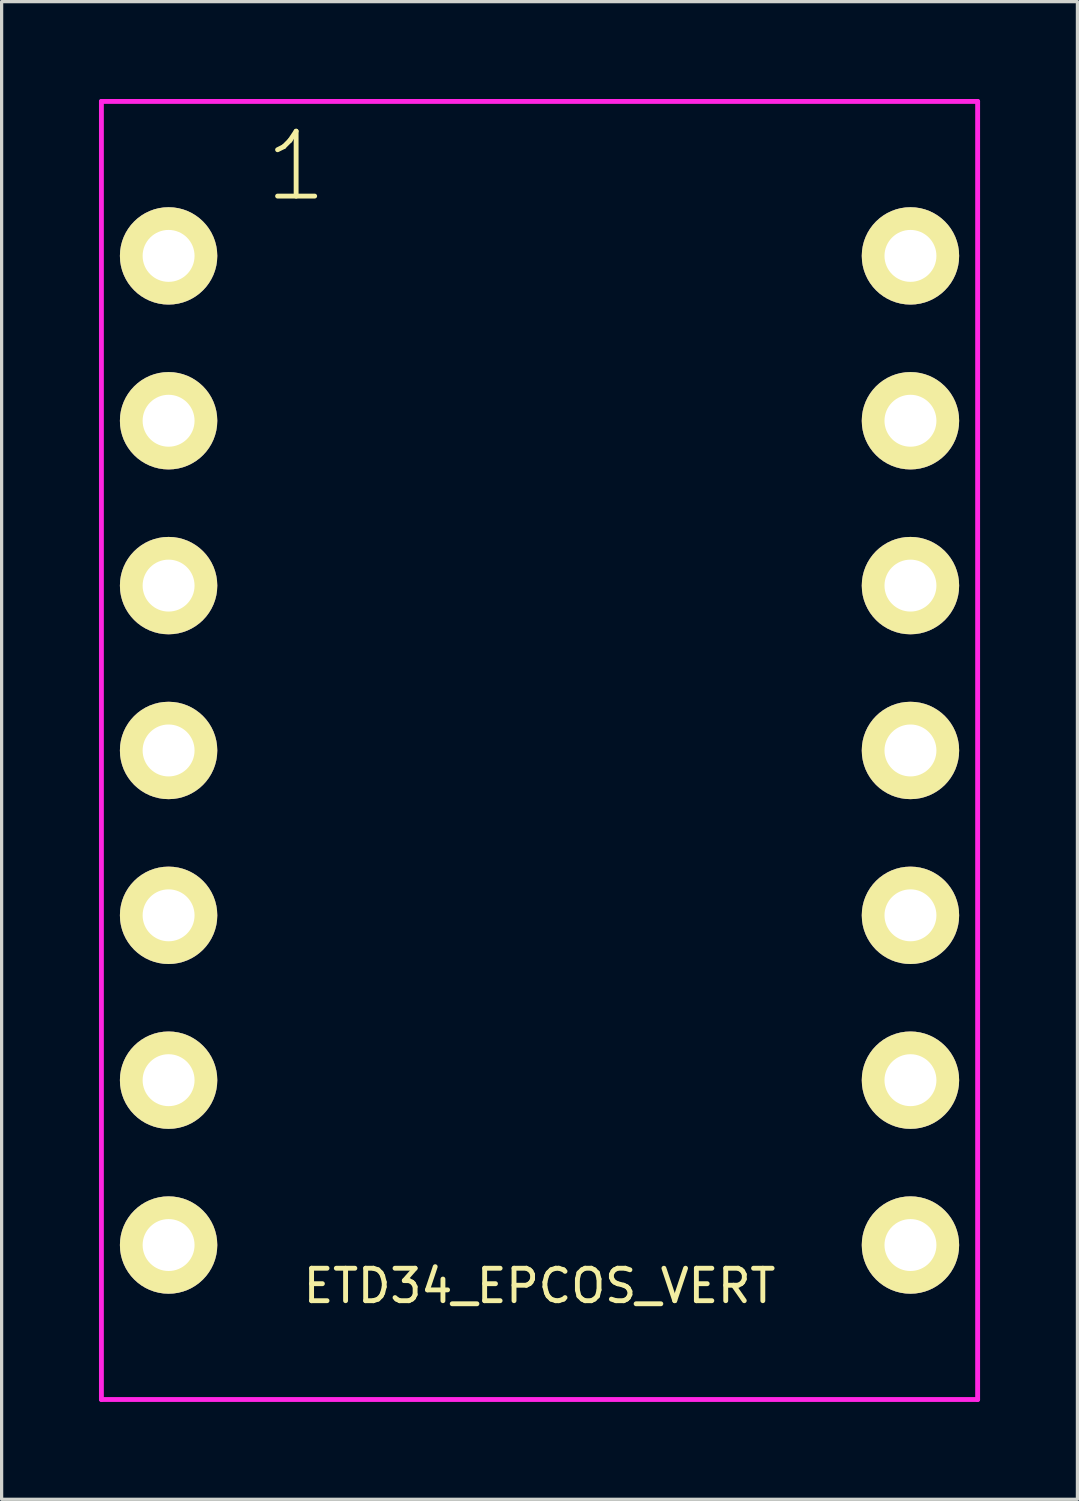
<source format=kicad_pcb>
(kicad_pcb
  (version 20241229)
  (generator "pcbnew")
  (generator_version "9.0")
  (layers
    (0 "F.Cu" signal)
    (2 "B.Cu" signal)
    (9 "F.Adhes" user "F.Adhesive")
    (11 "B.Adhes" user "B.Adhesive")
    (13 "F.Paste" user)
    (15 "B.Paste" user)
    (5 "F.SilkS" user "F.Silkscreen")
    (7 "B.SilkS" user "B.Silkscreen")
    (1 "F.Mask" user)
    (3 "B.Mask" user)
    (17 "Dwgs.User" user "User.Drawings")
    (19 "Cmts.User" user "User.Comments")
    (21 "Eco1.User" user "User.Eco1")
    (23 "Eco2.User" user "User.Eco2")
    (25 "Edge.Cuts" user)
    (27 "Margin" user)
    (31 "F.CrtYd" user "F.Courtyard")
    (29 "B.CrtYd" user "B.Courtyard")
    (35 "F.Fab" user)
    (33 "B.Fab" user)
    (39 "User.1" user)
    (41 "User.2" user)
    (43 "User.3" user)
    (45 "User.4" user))
  (footprint "ETD34_EPCOS_VERT"
    (layer "F.Cu")
    (at 13.575 20.075)
    (property "Reference" "ETD34_EPCOS_VERT" (at 0 16.5 0) (layer "F.SilkS") (effects (font (size 1 1) (thickness 0.15))))
    (attr through_hole)
    (fp_line (start -9.5 -16.5) (end -6 -16.5) (stroke (width 0.15) (type solid)) (layer "B.Paste"))
    (fp_line (start -9.5 -14) (end -9.5 -16.5) (stroke (width 0.15) (type solid)) (layer "B.Paste"))
    (fp_line (start -9.5 -14) (end -6 -14) (stroke (width 0.15) (type solid)) (layer "B.Paste"))
    (fp_line (start -9.5 -11.5) (end -6 -11.5) (stroke (width 0.15) (type solid)) (layer "B.Paste"))
    (fp_line (start -9.5 -9) (end -9.5 -11.5) (stroke (width 0.15) (type solid)) (layer "B.Paste"))
    (fp_line (start -9.5 -9) (end -6 -9) (stroke (width 0.15) (type solid)) (layer "B.Paste"))
    (fp_line (start -9.5 -6.5) (end -6 -6.5) (stroke (width 0.15) (type solid)) (layer "B.Paste"))
    (fp_line (start -9.5 -4) (end -9.5 -6.5) (stroke (width 0.15) (type solid)) (layer "B.Paste"))
    (fp_line (start -9.5 -4) (end -6 -4) (stroke (width 0.15) (type solid)) (layer "B.Paste"))
    (fp_line (start -9.5 -1.5) (end -6 -1.5) (stroke (width 0.15) (type solid)) (layer "B.Paste"))
    (fp_line (start -9.5 1.5) (end -9.5 -1.5) (stroke (width 0.15) (type solid)) (layer "B.Paste"))
    (fp_line (start -9.5 1.5) (end -6 1.5) (stroke (width 0.15) (type solid)) (layer "B.Paste"))
    (fp_line (start -9.5 3.5) (end -6 3.5) (stroke (width 0.15) (type solid)) (layer "B.Paste"))
    (fp_line (start -9.5 6.5) (end -9.5 3.5) (stroke (width 0.15) (type solid)) (layer "B.Paste"))
    (fp_line (start -9.5 6.5) (end -6 6.5) (stroke (width 0.15) (type solid)) (layer "B.Paste"))
    (fp_line (start -9.5 9) (end -6 9) (stroke (width 0.15) (type solid)) (layer "B.Paste"))
    (fp_line (start -9.5 11.5) (end -9.5 9) (stroke (width 0.15) (type solid)) (layer "B.Paste"))
    (fp_line (start -9.5 11.5) (end -6 11.5) (stroke (width 0.15) (type solid)) (layer "B.Paste"))
    (fp_line (start -9.5 14) (end -9.5 16.5) (stroke (width 0.15) (type solid)) (layer "B.Paste"))
    (fp_line (start -9.5 14) (end -6 14) (stroke (width 0.15) (type solid)) (layer "B.Paste"))
    (fp_line (start -9.5 16.5) (end -6 16.5) (stroke (width 0.15) (type solid)) (layer "B.Paste"))
    (fp_line (start -6 -19) (end 6 -19) (stroke (width 0.15) (type solid)) (layer "B.Paste"))
    (fp_line (start -6 19) (end -6 -19) (stroke (width 0.15) (type solid)) (layer "B.Paste"))
    (fp_line (start 6 -19) (end 6 19) (stroke (width 0.15) (type solid)) (layer "B.Paste"))
    (fp_line (start 6 -17) (end 9.5 -17) (stroke (width 0.15) (type solid)) (layer "B.Paste"))
    (fp_line (start 6 -11.5) (end 9.5 -11.5) (stroke (width 0.15) (type solid)) (layer "B.Paste"))
    (fp_line (start 6 -6.5) (end 9.5 -6.5) (stroke (width 0.15) (type solid)) (layer "B.Paste"))
    (fp_line (start 6 -1.5) (end 9.5 -1.5) (stroke (width 0.15) (type solid)) (layer "B.Paste"))
    (fp_line (start 6 3.5) (end 9.5 3.5) (stroke (width 0.15) (type solid)) (layer "B.Paste"))
    (fp_line (start 6 9) (end 9.5 9) (stroke (width 0.15) (type solid)) (layer "B.Paste"))
    (fp_line (start 6 14) (end 9.5 14) (stroke (width 0.15) (type solid)) (layer "B.Paste"))
    (fp_line (start 6 19) (end -6 19) (stroke (width 0.15) (type solid)) (layer "B.Paste"))
    (fp_line (start 9.5 -17) (end 9.5 -14) (stroke (width 0.15) (type solid)) (layer "B.Paste"))
    (fp_line (start 9.5 -14) (end 6 -14) (stroke (width 0.15) (type solid)) (layer "B.Paste"))
    (fp_line (start 9.5 -11.5) (end 9.5 -9) (stroke (width 0.15) (type solid)) (layer "B.Paste"))
    (fp_line (start 9.5 -9) (end 6 -9) (stroke (width 0.15) (type solid)) (layer "B.Paste"))
    (fp_line (start 9.5 -6.5) (end 9.5 -4) (stroke (width 0.15) (type solid)) (layer "B.Paste"))
    (fp_line (start 9.5 -4) (end 6 -4) (stroke (width 0.15) (type solid)) (layer "B.Paste"))
    (fp_line (start 9.5 -1.5) (end 9.5 1.5) (stroke (width 0.15) (type solid)) (layer "B.Paste"))
    (fp_line (start 9.5 1.5) (end 6 1.5) (stroke (width 0.15) (type solid)) (layer "B.Paste"))
    (fp_line (start 9.5 3.5) (end 9.5 6.5) (stroke (width 0.15) (type solid)) (layer "B.Paste"))
    (fp_line (start 9.5 6.5) (end 6 6.5) (stroke (width 0.15) (type solid)) (layer "B.Paste"))
    (fp_line (start 9.5 9) (end 9.5 11.5) (stroke (width 0.15) (type solid)) (layer "B.Paste"))
    (fp_line (start 9.5 11.5) (end 6 11.5) (stroke (width 0.15) (type solid)) (layer "B.Paste"))
    (fp_line (start 9.5 14) (end 9.5 16.5) (stroke (width 0.15) (type solid)) (layer "B.Paste"))
    (fp_line (start 9.5 16.5) (end 6 16.5) (stroke (width 0.15) (type solid)) (layer "B.Paste"))
    (fp_circle (center 0 0) (end 4 3.5) (stroke (width 0.15) (type solid)) (fill no) (layer "B.Paste"))
    (fp_line (start -13.5 -20) (end 13.5 -20) (stroke (width 0.15) (type solid)) (layer "F.CrtYd"))
    (fp_line (start -13.5 20) (end -13.5 -20) (stroke (width 0.15) (type solid)) (layer "F.CrtYd"))
    (fp_line (start 13.5 -20) (end 13.5 20) (stroke (width 0.15) (type solid)) (layer "F.CrtYd"))
    (fp_line (start 13.5 20) (end -13.5 20) (stroke (width 0.15) (type solid)) (layer "F.CrtYd"))
    (fp_text user "1" (at -7.5 -18 0) (layer "F.SilkS") (effects (font (size 2 2) (thickness 0.15))))
    (pad "1" thru_hole circle (at -11.43 -15.24) (size 3 3) (drill 1.6) (layers "*.Cu" "*.Mask" "F.SilkS"))
    (pad "2" thru_hole circle (at -11.43 -10.16) (size 3 3) (drill 1.6) (layers "*.Cu" "*.Mask" "F.SilkS"))
    (pad "3" thru_hole circle (at -11.43 -5.08) (size 3 3) (drill 1.6) (layers "*.Cu" "*.Mask" "F.SilkS"))
    (pad "4" thru_hole circle (at -11.43 0) (size 3 3) (drill 1.6) (layers "*.Cu" "*.Mask" "F.SilkS"))
    (pad "5" thru_hole circle (at -11.43 5.08) (size 3 3) (drill 1.6) (layers "*.Cu" "*.Mask" "F.SilkS"))
    (pad "6" thru_hole circle (at -11.43 10.16) (size 3 3) (drill 1.6) (layers "*.Cu" "*.Mask" "F.SilkS"))
    (pad "7" thru_hole circle (at -11.43 15.24) (size 3 3) (drill 1.6) (layers "*.Cu" "*.Mask" "F.SilkS"))
    (pad "8" thru_hole circle (at 11.43 15.24) (size 3 3) (drill 1.6) (layers "*.Cu" "*.Mask" "F.SilkS"))
    (pad "9" thru_hole circle (at 11.43 10.16) (size 3 3) (drill 1.6) (layers "*.Cu" "*.Mask" "F.SilkS"))
    (pad "10" thru_hole circle (at 11.43 5.08) (size 3 3) (drill 1.6) (layers "*.Cu" "*.Mask" "F.SilkS"))
    (pad "11" thru_hole circle (at 11.43 0) (size 3 3) (drill 1.6) (layers "*.Cu" "*.Mask" "F.SilkS"))
    (pad "12" thru_hole circle (at 11.43 -5.08) (size 3 3) (drill 1.6) (layers "*.Cu" "*.Mask" "F.SilkS"))
    (pad "13" thru_hole circle (at 11.43 -10.16) (size 3 3) (drill 1.6) (layers "*.Cu" "*.Mask" "F.SilkS"))
    (pad "14" thru_hole circle (at 11.43 -15.24) (size 3 3) (drill 1.6) (layers "*.Cu" "*.Mask" "F.SilkS")))
  (gr_rect
    (start -3 -3)
    (end 30.15 43.15)
    (stroke (width 0.1) (type default))
    (fill no)
    (layer "Edge.Cuts")))
</source>
